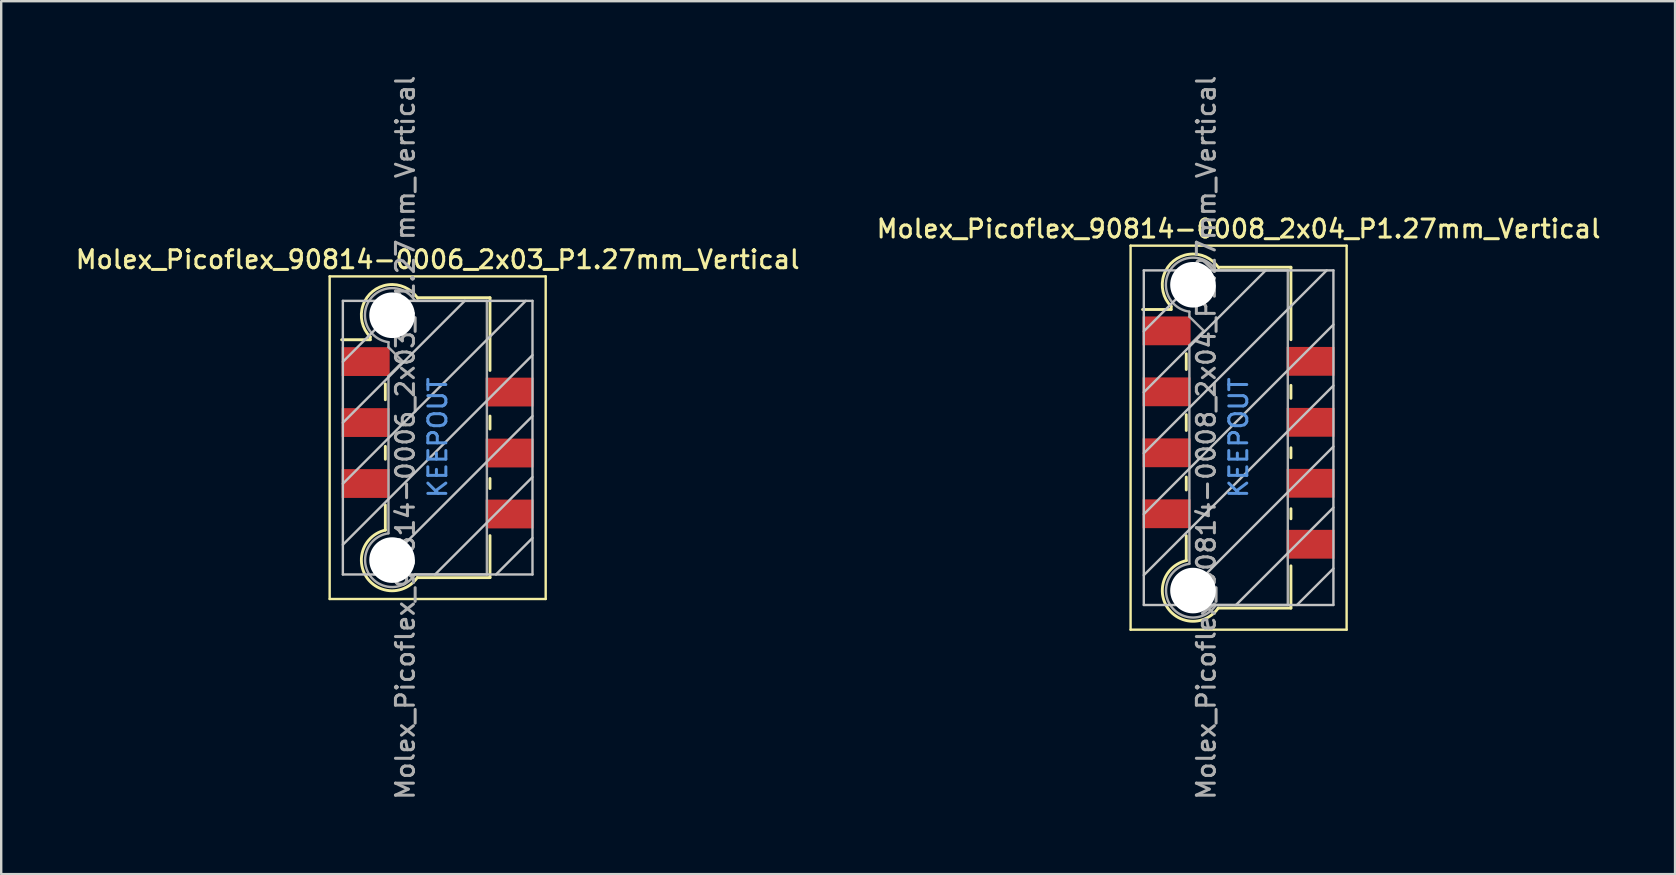
<source format=kicad_pcb>
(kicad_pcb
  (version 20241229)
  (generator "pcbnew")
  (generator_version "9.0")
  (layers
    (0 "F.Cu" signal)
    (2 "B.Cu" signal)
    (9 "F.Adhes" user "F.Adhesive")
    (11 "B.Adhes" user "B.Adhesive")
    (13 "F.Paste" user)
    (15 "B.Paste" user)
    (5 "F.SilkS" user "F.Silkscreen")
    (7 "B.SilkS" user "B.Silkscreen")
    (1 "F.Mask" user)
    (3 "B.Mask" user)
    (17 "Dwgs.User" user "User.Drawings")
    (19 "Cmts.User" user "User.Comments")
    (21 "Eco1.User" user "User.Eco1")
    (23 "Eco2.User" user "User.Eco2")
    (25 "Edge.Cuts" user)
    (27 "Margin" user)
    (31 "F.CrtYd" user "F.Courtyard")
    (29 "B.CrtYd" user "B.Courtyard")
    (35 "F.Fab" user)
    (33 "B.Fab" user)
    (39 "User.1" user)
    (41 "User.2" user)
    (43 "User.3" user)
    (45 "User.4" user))
  (footprint "Molex_Picoflex_90814-0008_2x04_P1.27mm_Vertical"
    (layer "F.Cu")
    (at 48.552 15.184)
    (property "Reference" "Molex_Picoflex_90814-0008_2x04_P1.27mm_Vertical" (at 0 -8.7 0) (layer "F.SilkS") (effects (font (size 0.75 0.75) (thickness 0.125))))
    (attr smd)
    (fp_line (start -4.5 -8) (end -4.5 8) (stroke (width 0.1) (type solid)) (layer "F.SilkS"))
    (fp_line (start -4.5 8) (end 4.5 8) (stroke (width 0.1) (type solid)) (layer "F.SilkS"))
    (fp_line (start -2.81 -5.47) (end -2.81 -5.34) (stroke (width 0.12) (type solid)) (layer "F.SilkS"))
    (fp_line (start -2.81 -5.34) (end -4 -5.34) (stroke (width 0.12) (type solid)) (layer "F.SilkS"))
    (fp_line (start -2.18 -2.84) (end -2.18 -3.5) (stroke (width 0.12) (type solid)) (layer "F.SilkS"))
    (fp_line (start -2.18 -0.3) (end -2.18 -0.96) (stroke (width 0.12) (type solid)) (layer "F.SilkS"))
    (fp_line (start -2.18 2.18) (end -2.18 1.64) (stroke (width 0.12) (type solid)) (layer "F.SilkS"))
    (fp_line (start -2.18 5.12) (end -2.18 4.08) (stroke (width 0.12) (type solid)) (layer "F.SilkS"))
    (fp_line (start 2.18 -7.1) (end -0.82 -7.1) (stroke (width 0.12) (type solid)) (layer "F.SilkS"))
    (fp_line (start 2.18 -7.1) (end 2.18 -4.08) (stroke (width 0.12) (type solid)) (layer "F.SilkS"))
    (fp_line (start 2.18 -2.18) (end 2.18 -1.64) (stroke (width 0.12) (type solid)) (layer "F.SilkS"))
    (fp_line (start 2.18 0.42) (end 2.18 0.84) (stroke (width 0.12) (type solid)) (layer "F.SilkS"))
    (fp_line (start 2.18 2.96) (end 2.18 3.38) (stroke (width 0.12) (type solid)) (layer "F.SilkS"))
    (fp_line (start 2.18 5.34) (end 2.18 7.1) (stroke (width 0.12) (type solid)) (layer "F.SilkS"))
    (fp_line (start 2.18 7.1) (end -0.85 7.1) (stroke (width 0.12) (type solid)) (layer "F.SilkS"))
    (fp_line (start 4.5 -8) (end -4.5 -8) (stroke (width 0.1) (type solid)) (layer "F.SilkS"))
    (fp_line (start 4.5 8) (end 4.5 -8) (stroke (width 0.1) (type solid)) (layer "F.SilkS"))
    (fp_arc (start -2.81 -5.47) (mid -2.708637 -7.362072) (end -0.834991 -7.079828) (stroke (width 0.12) (type solid)) (layer "F.SilkS"))
    (fp_arc (start -0.85 7.1) (mid -2.962791 7.081248) (end -2.174424 5.120964) (stroke (width 0.12) (type solid)) (layer "F.SilkS"))
    (fp_line (start -3.95 -6.97) (end -3.95 6.97) (stroke (width 0.1) (type solid)) (layer "Dwgs.User"))
    (fp_line (start -3.95 -4.43) (end -1.41 -6.97) (stroke (width 0.1) (type solid)) (layer "Dwgs.User"))
    (fp_line (start -3.95 -1.89) (end 1.13 -6.97) (stroke (width 0.1) (type solid)) (layer "Dwgs.User"))
    (fp_line (start -3.95 0.65) (end 3.67 -6.97) (stroke (width 0.1) (type solid)) (layer "Dwgs.User"))
    (fp_line (start -3.95 3.19) (end 3.95 -4.71) (stroke (width 0.1) (type solid)) (layer "Dwgs.User"))
    (fp_line (start -3.95 5.73) (end 3.95 -2.17) (stroke (width 0.1) (type solid)) (layer "Dwgs.User"))
    (fp_line (start -3.95 6.97) (end 3.95 6.97) (stroke (width 0.1) (type solid)) (layer "Dwgs.User"))
    (fp_line (start -2.65 6.97) (end 3.95 0.37) (stroke (width 0.1) (type solid)) (layer "Dwgs.User"))
    (fp_line (start -0.11 6.97) (end 3.95 2.91) (stroke (width 0.1) (type solid)) (layer "Dwgs.User"))
    (fp_line (start 2.43 6.97) (end 3.95 5.45) (stroke (width 0.1) (type solid)) (layer "Dwgs.User"))
    (fp_line (start 3.95 -6.97) (end -3.95 -6.97) (stroke (width 0.1) (type solid)) (layer "Dwgs.User"))
    (fp_line (start 3.95 6.97) (end 3.95 -6.97) (stroke (width 0.1) (type solid)) (layer "Dwgs.User"))
    (fp_line (start -2.05 -5.04) (end -2.05 -5.25) (stroke (width 0.1) (type solid)) (layer "F.Fab"))
    (fp_line (start -2.05 -3.85) (end -1.45 -4.45) (stroke (width 0.1) (type solid)) (layer "F.Fab"))
    (fp_line (start -2.05 5.25) (end -2.05 -3.85) (stroke (width 0.1) (type solid)) (layer "F.Fab"))
    (fp_line (start -1.45 -4.45) (end -2.05 -5.04) (stroke (width 0.1) (type solid)) (layer "F.Fab"))
    (fp_line (start 2.05 -6.97) (end -0.93 -6.97) (stroke (width 0.1) (type solid)) (layer "F.Fab"))
    (fp_line (start 2.05 -6.97) (end 2.05 6.97) (stroke (width 0.1) (type solid)) (layer "F.Fab"))
    (fp_line (start 2.05 6.97) (end -0.95 6.97) (stroke (width 0.1) (type solid)) (layer "F.Fab"))
    (fp_arc (start -2.05 -5.25) (mid -2.851672 -6.979279) (end -0.945612 -6.975015) (stroke (width 0.1) (type solid)) (layer "F.Fab"))
    (fp_arc (start -0.95 6.97) (mid -2.845272 6.977422) (end -2.051022 5.256585) (stroke (width 0.1) (type solid)) (layer "F.Fab"))
    (fp_text user "KEEPOUT" (at 0 0 90) (layer "Cmts.User") (effects (font (size 0.75 0.75) (thickness 0.125))))
    (fp_text user "${REFERENCE}" (at -1.35 0 90) (layer "F.Fab") (effects (font (size 0.75 0.75) (thickness 0.125))))
    (pad "" np_thru_hole circle (at -1.9 -6.37) (size 1.9 1.9) (drill 1.9) (layers "*.Cu" "*.Mask"))
    (pad "" np_thru_hole circle (at -1.9 6.37) (size 1.9 1.9) (drill 1.9) (layers "*.Cu" "*.Mask"))
    (pad "1" smd rect (at -3 -4.45) (size 2 1.2) (layers "F.Cu" "F.Mask" "F.Paste"))
    (pad "2" smd rect (at 3 -3.18) (size 2 1.2) (layers "F.Cu" "F.Mask" "F.Paste"))
    (pad "3" smd rect (at -3 -1.91) (size 2 1.2) (layers "F.Cu" "F.Mask" "F.Paste"))
    (pad "4" smd rect (at 3 -0.64) (size 2 1.2) (layers "F.Cu" "F.Mask" "F.Paste"))
    (pad "5" smd rect (at -3 0.63) (size 2 1.2) (layers "F.Cu" "F.Mask" "F.Paste"))
    (pad "6" smd rect (at 3 1.9) (size 2 1.2) (layers "F.Cu" "F.Mask" "F.Paste"))
    (pad "7" smd rect (at -3 3.17) (size 2 1.2) (layers "F.Cu" "F.Mask" "F.Paste"))
    (pad "8" smd rect (at 3 4.44) (size 2 1.2) (layers "F.Cu" "F.Mask" "F.Paste")))
  (footprint "Molex_Picoflex_90814-0006_2x03_P1.27mm_Vertical"
    (layer "F.Cu")
    (at 15.184 15.184)
    (property "Reference" "Molex_Picoflex_90814-0006_2x03_P1.27mm_Vertical" (at 0 -7.42 0) (layer "F.SilkS") (effects (font (size 0.75 0.75) (thickness 0.125))))
    (attr smd)
    (fp_line (start -4.5 -6.72) (end -4.5 6.72) (stroke (width 0.1) (type solid)) (layer "F.SilkS"))
    (fp_line (start -4.5 6.72) (end 4.5 6.72) (stroke (width 0.1) (type solid)) (layer "F.SilkS"))
    (fp_line (start -2.81 -4.2) (end -2.81 -4.08) (stroke (width 0.12) (type solid)) (layer "F.SilkS"))
    (fp_line (start -2.81 -4.08) (end -4 -4.08) (stroke (width 0.12) (type solid)) (layer "F.SilkS"))
    (fp_line (start -2.18 -1.58) (end -2.18 -2.24) (stroke (width 0.12) (type solid)) (layer "F.SilkS"))
    (fp_line (start -2.18 0.9) (end -2.18 0.36) (stroke (width 0.12) (type solid)) (layer "F.SilkS"))
    (fp_line (start -2.18 3.85) (end -2.18 2.8) (stroke (width 0.12) (type solid)) (layer "F.SilkS"))
    (fp_line (start 2.18 -5.83) (end -0.82 -5.83) (stroke (width 0.12) (type solid)) (layer "F.SilkS"))
    (fp_line (start 2.18 -5.83) (end 2.18 -2.8) (stroke (width 0.12) (type solid)) (layer "F.SilkS"))
    (fp_line (start 2.18 -0.9) (end 2.18 -0.36) (stroke (width 0.12) (type solid)) (layer "F.SilkS"))
    (fp_line (start 2.18 1.7) (end 2.18 2.12) (stroke (width 0.12) (type solid)) (layer "F.SilkS"))
    (fp_line (start 2.18 4.08) (end 2.18 5.83) (stroke (width 0.12) (type solid)) (layer "F.SilkS"))
    (fp_line (start 2.18 5.83) (end -0.85 5.83) (stroke (width 0.12) (type solid)) (layer "F.SilkS"))
    (fp_line (start 4.5 -6.72) (end -4.5 -6.72) (stroke (width 0.1) (type solid)) (layer "F.SilkS"))
    (fp_line (start 4.5 6.72) (end 4.5 -6.72) (stroke (width 0.1) (type solid)) (layer "F.SilkS"))
    (fp_arc (start -2.81 -4.2) (mid -2.708637 -6.092072) (end -0.834991 -5.809828) (stroke (width 0.12) (type solid)) (layer "F.SilkS"))
    (fp_arc (start -0.85 5.83) (mid -2.962791 5.811248) (end -2.174424 3.850964) (stroke (width 0.12) (type solid)) (layer "F.SilkS"))
    (fp_line (start -3.95 -5.7) (end -3.95 5.7) (stroke (width 0.1) (type solid)) (layer "Dwgs.User"))
    (fp_line (start -3.95 -3.16) (end -1.41 -5.7) (stroke (width 0.1) (type solid)) (layer "Dwgs.User"))
    (fp_line (start -3.95 -0.62) (end 1.13 -5.7) (stroke (width 0.1) (type solid)) (layer "Dwgs.User"))
    (fp_line (start -3.95 1.92) (end 3.67 -5.7) (stroke (width 0.1) (type solid)) (layer "Dwgs.User"))
    (fp_line (start -3.95 4.46) (end 3.95 -3.44) (stroke (width 0.1) (type solid)) (layer "Dwgs.User"))
    (fp_line (start -3.95 5.7) (end 3.95 5.7) (stroke (width 0.1) (type solid)) (layer "Dwgs.User"))
    (fp_line (start -2.65 5.7) (end 3.95 -0.9) (stroke (width 0.1) (type solid)) (layer "Dwgs.User"))
    (fp_line (start -0.11 5.7) (end 3.95 1.64) (stroke (width 0.1) (type solid)) (layer "Dwgs.User"))
    (fp_line (start 2.43 5.7) (end 3.95 4.18) (stroke (width 0.1) (type solid)) (layer "Dwgs.User"))
    (fp_line (start 3.95 -5.7) (end -3.95 -5.7) (stroke (width 0.1) (type solid)) (layer "Dwgs.User"))
    (fp_line (start 3.95 5.7) (end 3.95 -5.7) (stroke (width 0.1) (type solid)) (layer "Dwgs.User"))
    (fp_line (start -2.05 -3.77) (end -2.05 -3.98) (stroke (width 0.1) (type solid)) (layer "F.Fab"))
    (fp_line (start -2.05 -2.57) (end -1.45 -3.17) (stroke (width 0.1) (type solid)) (layer "F.Fab"))
    (fp_line (start -2.05 3.98) (end -2.05 -2.57) (stroke (width 0.1) (type solid)) (layer "F.Fab"))
    (fp_line (start -1.45 -3.17) (end -2.05 -3.77) (stroke (width 0.1) (type solid)) (layer "F.Fab"))
    (fp_line (start 2.05 -5.7) (end -0.93 -5.7) (stroke (width 0.1) (type solid)) (layer "F.Fab"))
    (fp_line (start 2.05 -5.7) (end 2.05 5.7) (stroke (width 0.1) (type solid)) (layer "F.Fab"))
    (fp_line (start 2.05 5.7) (end -0.95 5.7) (stroke (width 0.1) (type solid)) (layer "F.Fab"))
    (fp_arc (start -2.05 -3.98) (mid -2.851672 -5.709279) (end -0.945612 -5.705015) (stroke (width 0.1) (type solid)) (layer "F.Fab"))
    (fp_arc (start -0.95 5.7) (mid -2.845272 5.707422) (end -2.051022 3.986585) (stroke (width 0.1) (type solid)) (layer "F.Fab"))
    (fp_text user "KEEPOUT" (at 0 0 90) (layer "Cmts.User") (effects (font (size 0.75 0.75) (thickness 0.125))))
    (fp_text user "${REFERENCE}" (at -1.35 0 90) (layer "F.Fab") (effects (font (size 0.75 0.75) (thickness 0.125))))
    (pad "" np_thru_hole circle (at -1.9 -5.1) (size 1.9 1.9) (drill 1.9) (layers "*.Cu" "*.Mask"))
    (pad "" np_thru_hole circle (at -1.9 5.1) (size 1.9 1.9) (drill 1.9) (layers "*.Cu" "*.Mask"))
    (pad "1" smd rect (at -3 -3.17) (size 2 1.2) (layers "F.Cu" "F.Mask" "F.Paste"))
    (pad "2" smd rect (at 3 -1.9) (size 2 1.2) (layers "F.Cu" "F.Mask" "F.Paste"))
    (pad "3" smd rect (at -3 -0.63) (size 2 1.2) (layers "F.Cu" "F.Mask" "F.Paste"))
    (pad "4" smd rect (at 3 0.64) (size 2 1.2) (layers "F.Cu" "F.Mask" "F.Paste"))
    (pad "5" smd rect (at -3 1.91) (size 2 1.2) (layers "F.Cu" "F.Mask" "F.Paste"))
    (pad "6" smd rect (at 3 3.18) (size 2 1.2) (layers "F.Cu" "F.Mask" "F.Paste")))
  (gr_rect
    (start -3 -3)
    (end 66.736 33.368)
    (stroke (width 0.1) (type default))
    (fill no)
    (layer "Edge.Cuts")))
</source>
